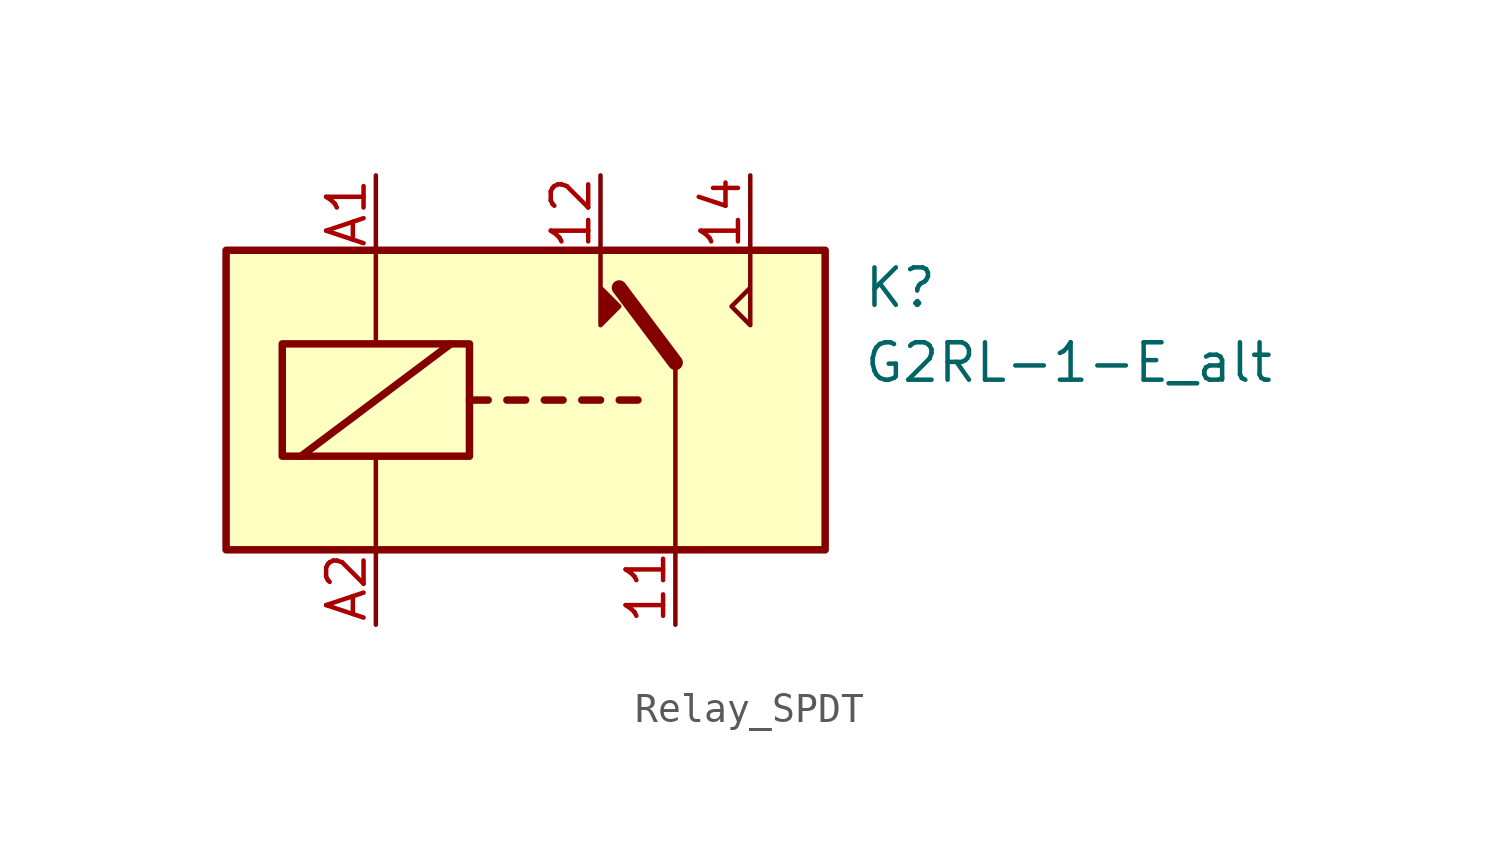
<source format=kicad_sym>
(kicad_symbol_lib
  (version 20241209)
  (generator "kicad_symbol_editor")
  (generator_version "9.0")
  (symbol "Relay_SPDT"
    (property "Reference" "K"
      (at 11.43 3.81 0)
      (effects (font (size 1.27 1.27)) (justify left)))
    (property "Value" "G2RL-1-E_alt"
      (at 11.43 1.27 0)
      (effects (font (size 1.27 1.27)) (justify left)))
    (symbol "Relay_SPDT_0_0"
      (polyline (pts (xy 7.62 5.08) (xy 7.62 2.54) (xy 6.985 3.175) (xy 7.62 3.81)) (stroke (width 0) (type default)) (fill (type none))))
    (symbol "Relay_SPDT_0_1"
      (rectangle (start -10.16 5.08) (end 10.16 -5.08) (stroke (width 0.254) (type default)) (fill (type background)))
      (rectangle (start -8.255 1.905) (end -1.905 -1.905) (stroke (width 0.254) (type default)) (fill (type none)))
      (polyline (pts (xy -7.62 -1.905) (xy -2.54 1.905)) (stroke (width 0.254) (type default)) (fill (type none)))
      (polyline (pts (xy -5.08 5.08) (xy -5.08 1.905)) (stroke (width 0) (type default)) (fill (type none)))
      (polyline (pts (xy -5.08 -5.08) (xy -5.08 -1.905)) (stroke (width 0) (type default)) (fill (type none)))
      (polyline (pts (xy -1.905 0) (xy -1.27 0)) (stroke (width 0.254) (type default)) (fill (type none)))
      (polyline (pts (xy -0.635 0) (xy 0 0)) (stroke (width 0.254) (type default)) (fill (type none)))
      (polyline (pts (xy 0.635 0) (xy 1.27 0)) (stroke (width 0.254) (type default)) (fill (type none)))
      (polyline (pts (xy 1.905 0) (xy 2.54 0)) (stroke (width 0.254) (type default)) (fill (type none)))
      (polyline (pts (xy 2.54 5.08) (xy 2.54 2.54) (xy 3.175 3.175) (xy 2.54 3.81)) (stroke (width 0) (type default)) (fill (type outline)))
      (polyline (pts (xy 3.175 0) (xy 3.81 0)) (stroke (width 0.254) (type default)) (fill (type none)))
      (polyline (pts (xy 5.08 1.27) (xy 3.175 3.81)) (stroke (width 0.508) (type default)) (fill (type none)))
      (polyline (pts (xy 5.08 1.27) (xy 5.08 -5.08)) (stroke (width 0) (type default)) (fill (type none))))
    (symbol "Relay_SPDT_1_1"
      (pin passive line (at -5.08 7.62 270) (length 2.54) (name "~" (effects (font (size 1.27 1.27)))) (number "A1" (effects (font (size 1.27 1.27)))))
      (pin passive line (at -5.08 -7.62 90) (length 2.54) (name "~" (effects (font (size 1.27 1.27)))) (number "A2" (effects (font (size 1.27 1.27)))))
      (pin passive line (at 2.54 7.62 270) (length 2.54) (name "~" (effects (font (size 1.27 1.27)))) (number "12" (effects (font (size 1.27 1.27)))))
      (pin passive line (at 5.08 -7.62 90) (length 2.54) (name "~" (effects (font (size 1.27 1.27)))) (number "11" (effects (font (size 1.27 1.27)))))
      (pin passive line (at 7.62 7.62 270) (length 2.54) (name "~" (effects (font (size 1.27 1.27)))) (number "14" (effects (font (size 1.27 1.27))))))))
</source>
